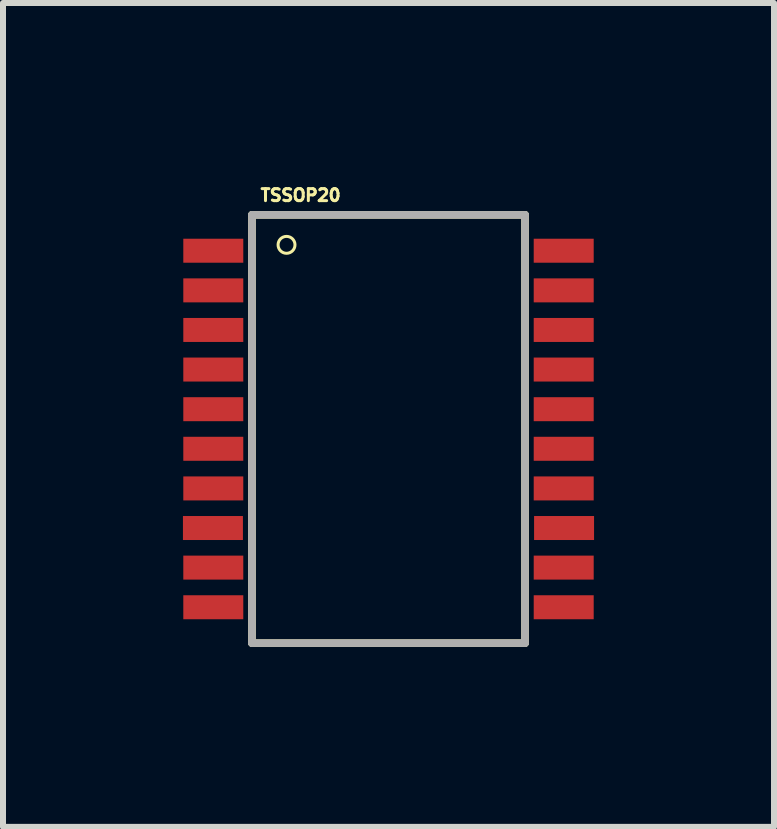
<source format=kicad_pcb>
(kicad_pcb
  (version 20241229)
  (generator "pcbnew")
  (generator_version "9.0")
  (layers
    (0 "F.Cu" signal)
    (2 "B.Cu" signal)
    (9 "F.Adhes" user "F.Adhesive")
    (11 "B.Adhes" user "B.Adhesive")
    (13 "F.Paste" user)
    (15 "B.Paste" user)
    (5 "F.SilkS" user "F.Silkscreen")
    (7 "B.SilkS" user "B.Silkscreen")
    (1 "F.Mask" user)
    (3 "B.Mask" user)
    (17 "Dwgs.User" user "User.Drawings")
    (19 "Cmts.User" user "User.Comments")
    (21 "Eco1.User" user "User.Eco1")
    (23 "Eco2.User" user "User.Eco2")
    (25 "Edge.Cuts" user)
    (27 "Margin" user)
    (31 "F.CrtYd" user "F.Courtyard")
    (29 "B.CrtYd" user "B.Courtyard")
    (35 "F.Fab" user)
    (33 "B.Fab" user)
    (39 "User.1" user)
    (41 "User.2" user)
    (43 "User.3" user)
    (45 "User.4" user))
  (footprint "TSSOP20"
    (layer "F.Cu")
    (at 3.443 3.823)
    (property "Reference" "TSSOP20" (at -1.481 -3.618 0) (layer "F.SilkS") (effects (font (size 0.2 0.2) (thickness 0.15))))
    (attr through_hole)
    (fp_line (start -2.292 -3.291) (end 2.26 -3.291) (stroke (width 0.127) (type solid)) (layer "F.SilkS"))
    (fp_line (start -2.292 3.849) (end -2.292 -3.291) (stroke (width 0.127) (type solid)) (layer "F.SilkS"))
    (fp_line (start 2.26 -3.291) (end 2.26 3.849) (stroke (width 0.127) (type solid)) (layer "F.SilkS"))
    (fp_line (start 2.26 3.849) (end -2.292 3.849) (stroke (width 0.127) (type solid)) (layer "F.SilkS"))
    (fp_circle (center -1.716 -2.791) (end -1.575 -2.791) (stroke (width 0.05) (type solid)) (fill no) (layer "F.SilkS"))
    (fp_line (start -2.292 -3.291) (end -2.292 3.849) (stroke (width 0.127) (type solid)) (layer "F.Fab"))
    (fp_line (start -2.292 3.849) (end 2.26 3.849) (stroke (width 0.127) (type solid)) (layer "F.Fab"))
    (fp_line (start 2.26 -3.291) (end -2.292 -3.291) (stroke (width 0.127) (type solid)) (layer "F.Fab"))
    (fp_line (start 2.26 3.849) (end 2.26 -3.291) (stroke (width 0.127) (type solid)) (layer "F.Fab"))
    (pad "1" smd rect (at -2.937 -2.693) (size 1 0.4) (layers "F.Cu" "F.Mask" "F.Paste"))
    (pad "2" smd rect (at -2.937 -2.032) (size 1 0.4) (layers "F.Cu" "F.Mask" "F.Paste"))
    (pad "3" smd rect (at -2.937 -1.372) (size 1 0.4) (layers "F.Cu" "F.Mask" "F.Paste"))
    (pad "4" smd rect (at -2.937 -0.712) (size 1 0.4) (layers "F.Cu" "F.Mask" "F.Paste"))
    (pad "5" smd rect (at -2.937 -0.051) (size 1 0.4) (layers "F.Cu" "F.Mask" "F.Paste"))
    (pad "6" smd rect (at -2.937 0.609) (size 1 0.4) (layers "F.Cu" "F.Mask" "F.Paste"))
    (pad "7" smd rect (at -2.937 1.27) (size 1 0.4) (layers "F.Cu" "F.Mask" "F.Paste"))
    (pad "8" smd rect (at -2.943 1.93) (size 1 0.4) (layers "F.Cu" "F.Mask" "F.Paste"))
    (pad "9" smd rect (at -2.937 2.59) (size 1 0.4) (layers "F.Cu" "F.Mask" "F.Paste"))
    (pad "10" smd rect (at -2.937 3.251) (size 1 0.4) (layers "F.Cu" "F.Mask" "F.Paste"))
    (pad "11" smd rect (at 2.905 3.251) (size 1 0.4) (layers "F.Cu" "F.Mask" "F.Paste"))
    (pad "12" smd rect (at 2.905 2.59) (size 1 0.4) (layers "F.Cu" "F.Mask" "F.Paste"))
    (pad "13" smd rect (at 2.911 1.93) (size 1 0.4) (layers "F.Cu" "F.Mask" "F.Paste"))
    (pad "14" smd rect (at 2.905 1.27) (size 1 0.4) (layers "F.Cu" "F.Mask" "F.Paste"))
    (pad "15" smd rect (at 2.905 0.609) (size 1 0.4) (layers "F.Cu" "F.Mask" "F.Paste"))
    (pad "16" smd rect (at 2.905 -0.051) (size 1 0.4) (layers "F.Cu" "F.Mask" "F.Paste"))
    (pad "17" smd rect (at 2.905 -0.712) (size 1 0.4) (layers "F.Cu" "F.Mask" "F.Paste"))
    (pad "18" smd rect (at 2.905 -1.372) (size 1 0.4) (layers "F.Cu" "F.Mask" "F.Paste"))
    (pad "19" smd rect (at 2.905 -2.032) (size 1 0.4) (layers "F.Cu" "F.Mask" "F.Paste"))
    (pad "20" smd rect (at 2.905 -2.693) (size 1 0.4) (layers "F.Cu" "F.Mask" "F.Paste")))
  (gr_rect
    (start -3 -3)
    (end 9.854 10.735)
    (stroke (width 0.1) (type default))
    (fill no)
    (layer "Edge.Cuts")))
</source>
